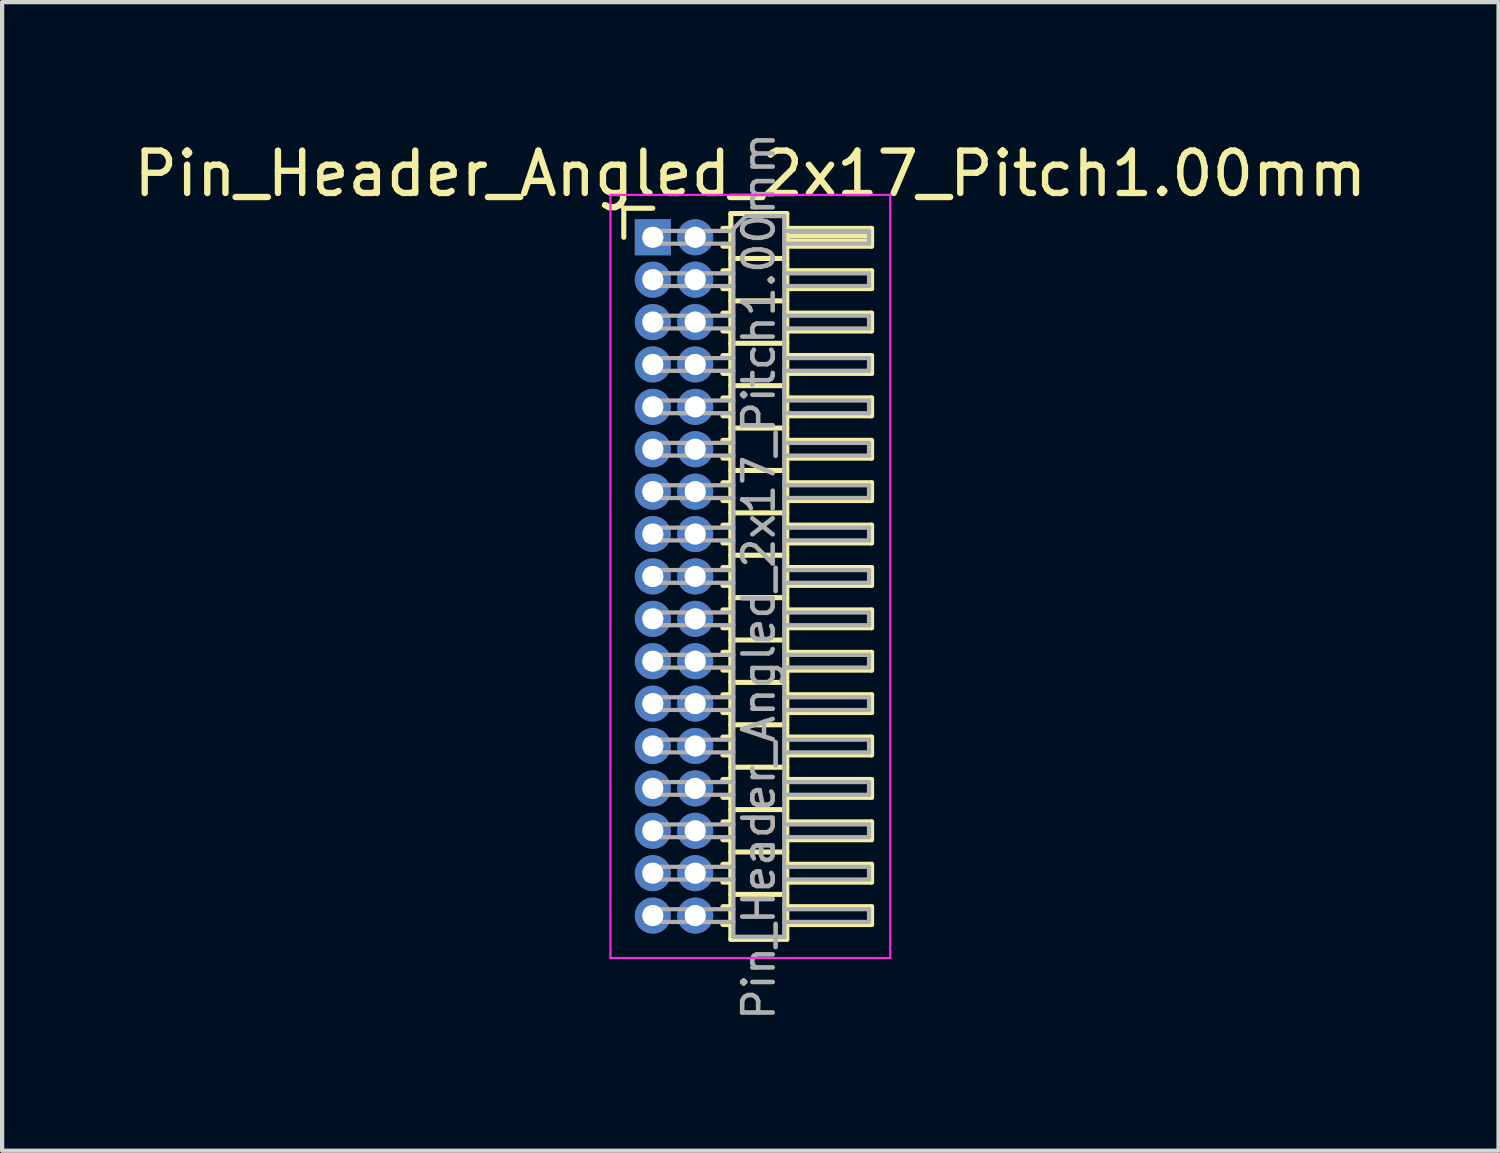
<source format=kicad_pcb>
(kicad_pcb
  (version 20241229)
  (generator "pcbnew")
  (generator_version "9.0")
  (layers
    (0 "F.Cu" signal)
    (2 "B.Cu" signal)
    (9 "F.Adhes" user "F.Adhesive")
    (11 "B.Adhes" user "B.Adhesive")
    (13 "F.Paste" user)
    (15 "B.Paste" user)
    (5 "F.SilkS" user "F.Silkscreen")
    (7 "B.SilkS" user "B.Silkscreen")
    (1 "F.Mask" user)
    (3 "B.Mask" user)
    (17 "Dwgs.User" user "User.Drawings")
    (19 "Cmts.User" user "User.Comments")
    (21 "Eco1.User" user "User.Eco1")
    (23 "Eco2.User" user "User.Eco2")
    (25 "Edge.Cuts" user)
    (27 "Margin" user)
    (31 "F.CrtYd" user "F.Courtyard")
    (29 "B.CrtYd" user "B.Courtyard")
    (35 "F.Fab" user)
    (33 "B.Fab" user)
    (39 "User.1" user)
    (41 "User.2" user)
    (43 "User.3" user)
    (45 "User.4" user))
  (footprint "Pin_Header_Angled_2x17_Pitch1.00mm"
    (layer "F.Cu")
    (at 12.349 2.547)
    (property "Reference" "Pin_Header_Angled_2x17_Pitch1.00mm" (at 2.3 -1.5 0) (layer "F.SilkS") (effects (font (size 1 1) (thickness 0.15))))
    (attr through_hole)
    (fp_line (start -0.685 -0.685) (end 0 -0.685) (stroke (width 0.12) (type solid)) (layer "F.SilkS"))
    (fp_line (start -0.685 0) (end -0.685 -0.685) (stroke (width 0.12) (type solid)) (layer "F.SilkS"))
    (fp_line (start 1.652 -0.21) (end 1.84 -0.21) (stroke (width 0.12) (type solid)) (layer "F.SilkS"))
    (fp_line (start 1.652 0.21) (end 1.84 0.21) (stroke (width 0.12) (type solid)) (layer "F.SilkS"))
    (fp_line (start 1.652 0.79) (end 1.84 0.79) (stroke (width 0.12) (type solid)) (layer "F.SilkS"))
    (fp_line (start 1.652 1.21) (end 1.84 1.21) (stroke (width 0.12) (type solid)) (layer "F.SilkS"))
    (fp_line (start 1.652 1.79) (end 1.84 1.79) (stroke (width 0.12) (type solid)) (layer "F.SilkS"))
    (fp_line (start 1.652 2.21) (end 1.84 2.21) (stroke (width 0.12) (type solid)) (layer "F.SilkS"))
    (fp_line (start 1.652 2.79) (end 1.84 2.79) (stroke (width 0.12) (type solid)) (layer "F.SilkS"))
    (fp_line (start 1.652 3.21) (end 1.84 3.21) (stroke (width 0.12) (type solid)) (layer "F.SilkS"))
    (fp_line (start 1.652 3.79) (end 1.84 3.79) (stroke (width 0.12) (type solid)) (layer "F.SilkS"))
    (fp_line (start 1.652 4.21) (end 1.84 4.21) (stroke (width 0.12) (type solid)) (layer "F.SilkS"))
    (fp_line (start 1.652 4.79) (end 1.84 4.79) (stroke (width 0.12) (type solid)) (layer "F.SilkS"))
    (fp_line (start 1.652 5.21) (end 1.84 5.21) (stroke (width 0.12) (type solid)) (layer "F.SilkS"))
    (fp_line (start 1.652 5.79) (end 1.84 5.79) (stroke (width 0.12) (type solid)) (layer "F.SilkS"))
    (fp_line (start 1.652 6.21) (end 1.84 6.21) (stroke (width 0.12) (type solid)) (layer "F.SilkS"))
    (fp_line (start 1.652 6.79) (end 1.84 6.79) (stroke (width 0.12) (type solid)) (layer "F.SilkS"))
    (fp_line (start 1.652 7.21) (end 1.84 7.21) (stroke (width 0.12) (type solid)) (layer "F.SilkS"))
    (fp_line (start 1.652 7.79) (end 1.84 7.79) (stroke (width 0.12) (type solid)) (layer "F.SilkS"))
    (fp_line (start 1.652 8.21) (end 1.84 8.21) (stroke (width 0.12) (type solid)) (layer "F.SilkS"))
    (fp_line (start 1.652 8.79) (end 1.84 8.79) (stroke (width 0.12) (type solid)) (layer "F.SilkS"))
    (fp_line (start 1.652 9.21) (end 1.84 9.21) (stroke (width 0.12) (type solid)) (layer "F.SilkS"))
    (fp_line (start 1.652 9.79) (end 1.84 9.79) (stroke (width 0.12) (type solid)) (layer "F.SilkS"))
    (fp_line (start 1.652 10.21) (end 1.84 10.21) (stroke (width 0.12) (type solid)) (layer "F.SilkS"))
    (fp_line (start 1.652 10.79) (end 1.84 10.79) (stroke (width 0.12) (type solid)) (layer "F.SilkS"))
    (fp_line (start 1.652 11.21) (end 1.84 11.21) (stroke (width 0.12) (type solid)) (layer "F.SilkS"))
    (fp_line (start 1.652 11.79) (end 1.84 11.79) (stroke (width 0.12) (type solid)) (layer "F.SilkS"))
    (fp_line (start 1.652 12.21) (end 1.84 12.21) (stroke (width 0.12) (type solid)) (layer "F.SilkS"))
    (fp_line (start 1.652 12.79) (end 1.84 12.79) (stroke (width 0.12) (type solid)) (layer "F.SilkS"))
    (fp_line (start 1.652 13.21) (end 1.84 13.21) (stroke (width 0.12) (type solid)) (layer "F.SilkS"))
    (fp_line (start 1.652 13.79) (end 1.84 13.79) (stroke (width 0.12) (type solid)) (layer "F.SilkS"))
    (fp_line (start 1.652 14.21) (end 1.84 14.21) (stroke (width 0.12) (type solid)) (layer "F.SilkS"))
    (fp_line (start 1.652 14.79) (end 1.84 14.79) (stroke (width 0.12) (type solid)) (layer "F.SilkS"))
    (fp_line (start 1.652 15.21) (end 1.84 15.21) (stroke (width 0.12) (type solid)) (layer "F.SilkS"))
    (fp_line (start 1.652 15.79) (end 1.84 15.79) (stroke (width 0.12) (type solid)) (layer "F.SilkS"))
    (fp_line (start 1.652 16.21) (end 1.84 16.21) (stroke (width 0.12) (type solid)) (layer "F.SilkS"))
    (fp_line (start 1.84 -0.56) (end 1.84 16.56) (stroke (width 0.12) (type solid)) (layer "F.SilkS"))
    (fp_line (start 1.84 0.5) (end 3.16 0.5) (stroke (width 0.12) (type solid)) (layer "F.SilkS"))
    (fp_line (start 1.84 1.5) (end 3.16 1.5) (stroke (width 0.12) (type solid)) (layer "F.SilkS"))
    (fp_line (start 1.84 2.5) (end 3.16 2.5) (stroke (width 0.12) (type solid)) (layer "F.SilkS"))
    (fp_line (start 1.84 3.5) (end 3.16 3.5) (stroke (width 0.12) (type solid)) (layer "F.SilkS"))
    (fp_line (start 1.84 4.5) (end 3.16 4.5) (stroke (width 0.12) (type solid)) (layer "F.SilkS"))
    (fp_line (start 1.84 5.5) (end 3.16 5.5) (stroke (width 0.12) (type solid)) (layer "F.SilkS"))
    (fp_line (start 1.84 6.5) (end 3.16 6.5) (stroke (width 0.12) (type solid)) (layer "F.SilkS"))
    (fp_line (start 1.84 7.5) (end 3.16 7.5) (stroke (width 0.12) (type solid)) (layer "F.SilkS"))
    (fp_line (start 1.84 8.5) (end 3.16 8.5) (stroke (width 0.12) (type solid)) (layer "F.SilkS"))
    (fp_line (start 1.84 9.5) (end 3.16 9.5) (stroke (width 0.12) (type solid)) (layer "F.SilkS"))
    (fp_line (start 1.84 10.5) (end 3.16 10.5) (stroke (width 0.12) (type solid)) (layer "F.SilkS"))
    (fp_line (start 1.84 11.5) (end 3.16 11.5) (stroke (width 0.12) (type solid)) (layer "F.SilkS"))
    (fp_line (start 1.84 12.5) (end 3.16 12.5) (stroke (width 0.12) (type solid)) (layer "F.SilkS"))
    (fp_line (start 1.84 13.5) (end 3.16 13.5) (stroke (width 0.12) (type solid)) (layer "F.SilkS"))
    (fp_line (start 1.84 14.5) (end 3.16 14.5) (stroke (width 0.12) (type solid)) (layer "F.SilkS"))
    (fp_line (start 1.84 15.5) (end 3.16 15.5) (stroke (width 0.12) (type solid)) (layer "F.SilkS"))
    (fp_line (start 1.84 16.56) (end 3.16 16.56) (stroke (width 0.12) (type solid)) (layer "F.SilkS"))
    (fp_line (start 3.16 -0.56) (end 1.84 -0.56) (stroke (width 0.12) (type solid)) (layer "F.SilkS"))
    (fp_line (start 3.16 -0.21) (end 5.16 -0.21) (stroke (width 0.12) (type solid)) (layer "F.SilkS"))
    (fp_line (start 3.16 -0.15) (end 5.16 -0.15) (stroke (width 0.12) (type solid)) (layer "F.SilkS"))
    (fp_line (start 3.16 -0.03) (end 5.16 -0.03) (stroke (width 0.12) (type solid)) (layer "F.SilkS"))
    (fp_line (start 3.16 0.09) (end 5.16 0.09) (stroke (width 0.12) (type solid)) (layer "F.SilkS"))
    (fp_line (start 3.16 0.79) (end 5.16 0.79) (stroke (width 0.12) (type solid)) (layer "F.SilkS"))
    (fp_line (start 3.16 1.79) (end 5.16 1.79) (stroke (width 0.12) (type solid)) (layer "F.SilkS"))
    (fp_line (start 3.16 2.79) (end 5.16 2.79) (stroke (width 0.12) (type solid)) (layer "F.SilkS"))
    (fp_line (start 3.16 3.79) (end 5.16 3.79) (stroke (width 0.12) (type solid)) (layer "F.SilkS"))
    (fp_line (start 3.16 4.79) (end 5.16 4.79) (stroke (width 0.12) (type solid)) (layer "F.SilkS"))
    (fp_line (start 3.16 5.79) (end 5.16 5.79) (stroke (width 0.12) (type solid)) (layer "F.SilkS"))
    (fp_line (start 3.16 6.79) (end 5.16 6.79) (stroke (width 0.12) (type solid)) (layer "F.SilkS"))
    (fp_line (start 3.16 7.79) (end 5.16 7.79) (stroke (width 0.12) (type solid)) (layer "F.SilkS"))
    (fp_line (start 3.16 8.79) (end 5.16 8.79) (stroke (width 0.12) (type solid)) (layer "F.SilkS"))
    (fp_line (start 3.16 9.79) (end 5.16 9.79) (stroke (width 0.12) (type solid)) (layer "F.SilkS"))
    (fp_line (start 3.16 10.79) (end 5.16 10.79) (stroke (width 0.12) (type solid)) (layer "F.SilkS"))
    (fp_line (start 3.16 11.79) (end 5.16 11.79) (stroke (width 0.12) (type solid)) (layer "F.SilkS"))
    (fp_line (start 3.16 12.79) (end 5.16 12.79) (stroke (width 0.12) (type solid)) (layer "F.SilkS"))
    (fp_line (start 3.16 13.79) (end 5.16 13.79) (stroke (width 0.12) (type solid)) (layer "F.SilkS"))
    (fp_line (start 3.16 14.79) (end 5.16 14.79) (stroke (width 0.12) (type solid)) (layer "F.SilkS"))
    (fp_line (start 3.16 15.79) (end 5.16 15.79) (stroke (width 0.12) (type solid)) (layer "F.SilkS"))
    (fp_line (start 3.16 16.56) (end 3.16 -0.56) (stroke (width 0.12) (type solid)) (layer "F.SilkS"))
    (fp_line (start 5.16 -0.21) (end 5.16 0.21) (stroke (width 0.12) (type solid)) (layer "F.SilkS"))
    (fp_line (start 5.16 0.21) (end 3.16 0.21) (stroke (width 0.12) (type solid)) (layer "F.SilkS"))
    (fp_line (start 5.16 0.79) (end 5.16 1.21) (stroke (width 0.12) (type solid)) (layer "F.SilkS"))
    (fp_line (start 5.16 1.21) (end 3.16 1.21) (stroke (width 0.12) (type solid)) (layer "F.SilkS"))
    (fp_line (start 5.16 1.79) (end 5.16 2.21) (stroke (width 0.12) (type solid)) (layer "F.SilkS"))
    (fp_line (start 5.16 2.21) (end 3.16 2.21) (stroke (width 0.12) (type solid)) (layer "F.SilkS"))
    (fp_line (start 5.16 2.79) (end 5.16 3.21) (stroke (width 0.12) (type solid)) (layer "F.SilkS"))
    (fp_line (start 5.16 3.21) (end 3.16 3.21) (stroke (width 0.12) (type solid)) (layer "F.SilkS"))
    (fp_line (start 5.16 3.79) (end 5.16 4.21) (stroke (width 0.12) (type solid)) (layer "F.SilkS"))
    (fp_line (start 5.16 4.21) (end 3.16 4.21) (stroke (width 0.12) (type solid)) (layer "F.SilkS"))
    (fp_line (start 5.16 4.79) (end 5.16 5.21) (stroke (width 0.12) (type solid)) (layer "F.SilkS"))
    (fp_line (start 5.16 5.21) (end 3.16 5.21) (stroke (width 0.12) (type solid)) (layer "F.SilkS"))
    (fp_line (start 5.16 5.79) (end 5.16 6.21) (stroke (width 0.12) (type solid)) (layer "F.SilkS"))
    (fp_line (start 5.16 6.21) (end 3.16 6.21) (stroke (width 0.12) (type solid)) (layer "F.SilkS"))
    (fp_line (start 5.16 6.79) (end 5.16 7.21) (stroke (width 0.12) (type solid)) (layer "F.SilkS"))
    (fp_line (start 5.16 7.21) (end 3.16 7.21) (stroke (width 0.12) (type solid)) (layer "F.SilkS"))
    (fp_line (start 5.16 7.79) (end 5.16 8.21) (stroke (width 0.12) (type solid)) (layer "F.SilkS"))
    (fp_line (start 5.16 8.21) (end 3.16 8.21) (stroke (width 0.12) (type solid)) (layer "F.SilkS"))
    (fp_line (start 5.16 8.79) (end 5.16 9.21) (stroke (width 0.12) (type solid)) (layer "F.SilkS"))
    (fp_line (start 5.16 9.21) (end 3.16 9.21) (stroke (width 0.12) (type solid)) (layer "F.SilkS"))
    (fp_line (start 5.16 9.79) (end 5.16 10.21) (stroke (width 0.12) (type solid)) (layer "F.SilkS"))
    (fp_line (start 5.16 10.21) (end 3.16 10.21) (stroke (width 0.12) (type solid)) (layer "F.SilkS"))
    (fp_line (start 5.16 10.79) (end 5.16 11.21) (stroke (width 0.12) (type solid)) (layer "F.SilkS"))
    (fp_line (start 5.16 11.21) (end 3.16 11.21) (stroke (width 0.12) (type solid)) (layer "F.SilkS"))
    (fp_line (start 5.16 11.79) (end 5.16 12.21) (stroke (width 0.12) (type solid)) (layer "F.SilkS"))
    (fp_line (start 5.16 12.21) (end 3.16 12.21) (stroke (width 0.12) (type solid)) (layer "F.SilkS"))
    (fp_line (start 5.16 12.79) (end 5.16 13.21) (stroke (width 0.12) (type solid)) (layer "F.SilkS"))
    (fp_line (start 5.16 13.21) (end 3.16 13.21) (stroke (width 0.12) (type solid)) (layer "F.SilkS"))
    (fp_line (start 5.16 13.79) (end 5.16 14.21) (stroke (width 0.12) (type solid)) (layer "F.SilkS"))
    (fp_line (start 5.16 14.21) (end 3.16 14.21) (stroke (width 0.12) (type solid)) (layer "F.SilkS"))
    (fp_line (start 5.16 14.79) (end 5.16 15.21) (stroke (width 0.12) (type solid)) (layer "F.SilkS"))
    (fp_line (start 5.16 15.21) (end 3.16 15.21) (stroke (width 0.12) (type solid)) (layer "F.SilkS"))
    (fp_line (start 5.16 15.79) (end 5.16 16.21) (stroke (width 0.12) (type solid)) (layer "F.SilkS"))
    (fp_line (start 5.16 16.21) (end 3.16 16.21) (stroke (width 0.12) (type solid)) (layer "F.SilkS"))
    (fp_line (start -1 -1) (end -1 17) (stroke (width 0.05) (type solid)) (layer "F.CrtYd"))
    (fp_line (start -1 17) (end 5.6 17) (stroke (width 0.05) (type solid)) (layer "F.CrtYd"))
    (fp_line (start 5.6 -1) (end -1 -1) (stroke (width 0.05) (type solid)) (layer "F.CrtYd"))
    (fp_line (start 5.6 17) (end 5.6 -1) (stroke (width 0.05) (type solid)) (layer "F.CrtYd"))
    (fp_line (start -0.15 -0.15) (end -0.15 0.15) (stroke (width 0.1) (type solid)) (layer "F.Fab"))
    (fp_line (start -0.15 -0.15) (end 1.9 -0.15) (stroke (width 0.1) (type solid)) (layer "F.Fab"))
    (fp_line (start -0.15 0.15) (end 1.9 0.15) (stroke (width 0.1) (type solid)) (layer "F.Fab"))
    (fp_line (start -0.15 0.85) (end -0.15 1.15) (stroke (width 0.1) (type solid)) (layer "F.Fab"))
    (fp_line (start -0.15 0.85) (end 1.9 0.85) (stroke (width 0.1) (type solid)) (layer "F.Fab"))
    (fp_line (start -0.15 1.15) (end 1.9 1.15) (stroke (width 0.1) (type solid)) (layer "F.Fab"))
    (fp_line (start -0.15 1.85) (end -0.15 2.15) (stroke (width 0.1) (type solid)) (layer "F.Fab"))
    (fp_line (start -0.15 1.85) (end 1.9 1.85) (stroke (width 0.1) (type solid)) (layer "F.Fab"))
    (fp_line (start -0.15 2.15) (end 1.9 2.15) (stroke (width 0.1) (type solid)) (layer "F.Fab"))
    (fp_line (start -0.15 2.85) (end -0.15 3.15) (stroke (width 0.1) (type solid)) (layer "F.Fab"))
    (fp_line (start -0.15 2.85) (end 1.9 2.85) (stroke (width 0.1) (type solid)) (layer "F.Fab"))
    (fp_line (start -0.15 3.15) (end 1.9 3.15) (stroke (width 0.1) (type solid)) (layer "F.Fab"))
    (fp_line (start -0.15 3.85) (end -0.15 4.15) (stroke (width 0.1) (type solid)) (layer "F.Fab"))
    (fp_line (start -0.15 3.85) (end 1.9 3.85) (stroke (width 0.1) (type solid)) (layer "F.Fab"))
    (fp_line (start -0.15 4.15) (end 1.9 4.15) (stroke (width 0.1) (type solid)) (layer "F.Fab"))
    (fp_line (start -0.15 4.85) (end -0.15 5.15) (stroke (width 0.1) (type solid)) (layer "F.Fab"))
    (fp_line (start -0.15 4.85) (end 1.9 4.85) (stroke (width 0.1) (type solid)) (layer "F.Fab"))
    (fp_line (start -0.15 5.15) (end 1.9 5.15) (stroke (width 0.1) (type solid)) (layer "F.Fab"))
    (fp_line (start -0.15 5.85) (end -0.15 6.15) (stroke (width 0.1) (type solid)) (layer "F.Fab"))
    (fp_line (start -0.15 5.85) (end 1.9 5.85) (stroke (width 0.1) (type solid)) (layer "F.Fab"))
    (fp_line (start -0.15 6.15) (end 1.9 6.15) (stroke (width 0.1) (type solid)) (layer "F.Fab"))
    (fp_line (start -0.15 6.85) (end -0.15 7.15) (stroke (width 0.1) (type solid)) (layer "F.Fab"))
    (fp_line (start -0.15 6.85) (end 1.9 6.85) (stroke (width 0.1) (type solid)) (layer "F.Fab"))
    (fp_line (start -0.15 7.15) (end 1.9 7.15) (stroke (width 0.1) (type solid)) (layer "F.Fab"))
    (fp_line (start -0.15 7.85) (end -0.15 8.15) (stroke (width 0.1) (type solid)) (layer "F.Fab"))
    (fp_line (start -0.15 7.85) (end 1.9 7.85) (stroke (width 0.1) (type solid)) (layer "F.Fab"))
    (fp_line (start -0.15 8.15) (end 1.9 8.15) (stroke (width 0.1) (type solid)) (layer "F.Fab"))
    (fp_line (start -0.15 8.85) (end -0.15 9.15) (stroke (width 0.1) (type solid)) (layer "F.Fab"))
    (fp_line (start -0.15 8.85) (end 1.9 8.85) (stroke (width 0.1) (type solid)) (layer "F.Fab"))
    (fp_line (start -0.15 9.15) (end 1.9 9.15) (stroke (width 0.1) (type solid)) (layer "F.Fab"))
    (fp_line (start -0.15 9.85) (end -0.15 10.15) (stroke (width 0.1) (type solid)) (layer "F.Fab"))
    (fp_line (start -0.15 9.85) (end 1.9 9.85) (stroke (width 0.1) (type solid)) (layer "F.Fab"))
    (fp_line (start -0.15 10.15) (end 1.9 10.15) (stroke (width 0.1) (type solid)) (layer "F.Fab"))
    (fp_line (start -0.15 10.85) (end -0.15 11.15) (stroke (width 0.1) (type solid)) (layer "F.Fab"))
    (fp_line (start -0.15 10.85) (end 1.9 10.85) (stroke (width 0.1) (type solid)) (layer "F.Fab"))
    (fp_line (start -0.15 11.15) (end 1.9 11.15) (stroke (width 0.1) (type solid)) (layer "F.Fab"))
    (fp_line (start -0.15 11.85) (end -0.15 12.15) (stroke (width 0.1) (type solid)) (layer "F.Fab"))
    (fp_line (start -0.15 11.85) (end 1.9 11.85) (stroke (width 0.1) (type solid)) (layer "F.Fab"))
    (fp_line (start -0.15 12.15) (end 1.9 12.15) (stroke (width 0.1) (type solid)) (layer "F.Fab"))
    (fp_line (start -0.15 12.85) (end -0.15 13.15) (stroke (width 0.1) (type solid)) (layer "F.Fab"))
    (fp_line (start -0.15 12.85) (end 1.9 12.85) (stroke (width 0.1) (type solid)) (layer "F.Fab"))
    (fp_line (start -0.15 13.15) (end 1.9 13.15) (stroke (width 0.1) (type solid)) (layer "F.Fab"))
    (fp_line (start -0.15 13.85) (end -0.15 14.15) (stroke (width 0.1) (type solid)) (layer "F.Fab"))
    (fp_line (start -0.15 13.85) (end 1.9 13.85) (stroke (width 0.1) (type solid)) (layer "F.Fab"))
    (fp_line (start -0.15 14.15) (end 1.9 14.15) (stroke (width 0.1) (type solid)) (layer "F.Fab"))
    (fp_line (start -0.15 14.85) (end -0.15 15.15) (stroke (width 0.1) (type solid)) (layer "F.Fab"))
    (fp_line (start -0.15 14.85) (end 1.9 14.85) (stroke (width 0.1) (type solid)) (layer "F.Fab"))
    (fp_line (start -0.15 15.15) (end 1.9 15.15) (stroke (width 0.1) (type solid)) (layer "F.Fab"))
    (fp_line (start -0.15 15.85) (end -0.15 16.15) (stroke (width 0.1) (type solid)) (layer "F.Fab"))
    (fp_line (start -0.15 15.85) (end 1.9 15.85) (stroke (width 0.1) (type solid)) (layer "F.Fab"))
    (fp_line (start -0.15 16.15) (end 1.9 16.15) (stroke (width 0.1) (type solid)) (layer "F.Fab"))
    (fp_line (start 1.9 -0.2) (end 2.2 -0.5) (stroke (width 0.1) (type solid)) (layer "F.Fab"))
    (fp_line (start 1.9 16.5) (end 1.9 -0.2) (stroke (width 0.1) (type solid)) (layer "F.Fab"))
    (fp_line (start 2.2 -0.5) (end 3.1 -0.5) (stroke (width 0.1) (type solid)) (layer "F.Fab"))
    (fp_line (start 3.1 -0.5) (end 3.1 16.5) (stroke (width 0.1) (type solid)) (layer "F.Fab"))
    (fp_line (start 3.1 -0.15) (end 5.1 -0.15) (stroke (width 0.1) (type solid)) (layer "F.Fab"))
    (fp_line (start 3.1 0.15) (end 5.1 0.15) (stroke (width 0.1) (type solid)) (layer "F.Fab"))
    (fp_line (start 3.1 0.85) (end 5.1 0.85) (stroke (width 0.1) (type solid)) (layer "F.Fab"))
    (fp_line (start 3.1 1.15) (end 5.1 1.15) (stroke (width 0.1) (type solid)) (layer "F.Fab"))
    (fp_line (start 3.1 1.85) (end 5.1 1.85) (stroke (width 0.1) (type solid)) (layer "F.Fab"))
    (fp_line (start 3.1 2.15) (end 5.1 2.15) (stroke (width 0.1) (type solid)) (layer "F.Fab"))
    (fp_line (start 3.1 2.85) (end 5.1 2.85) (stroke (width 0.1) (type solid)) (layer "F.Fab"))
    (fp_line (start 3.1 3.15) (end 5.1 3.15) (stroke (width 0.1) (type solid)) (layer "F.Fab"))
    (fp_line (start 3.1 3.85) (end 5.1 3.85) (stroke (width 0.1) (type solid)) (layer "F.Fab"))
    (fp_line (start 3.1 4.15) (end 5.1 4.15) (stroke (width 0.1) (type solid)) (layer "F.Fab"))
    (fp_line (start 3.1 4.85) (end 5.1 4.85) (stroke (width 0.1) (type solid)) (layer "F.Fab"))
    (fp_line (start 3.1 5.15) (end 5.1 5.15) (stroke (width 0.1) (type solid)) (layer "F.Fab"))
    (fp_line (start 3.1 5.85) (end 5.1 5.85) (stroke (width 0.1) (type solid)) (layer "F.Fab"))
    (fp_line (start 3.1 6.15) (end 5.1 6.15) (stroke (width 0.1) (type solid)) (layer "F.Fab"))
    (fp_line (start 3.1 6.85) (end 5.1 6.85) (stroke (width 0.1) (type solid)) (layer "F.Fab"))
    (fp_line (start 3.1 7.15) (end 5.1 7.15) (stroke (width 0.1) (type solid)) (layer "F.Fab"))
    (fp_line (start 3.1 7.85) (end 5.1 7.85) (stroke (width 0.1) (type solid)) (layer "F.Fab"))
    (fp_line (start 3.1 8.15) (end 5.1 8.15) (stroke (width 0.1) (type solid)) (layer "F.Fab"))
    (fp_line (start 3.1 8.85) (end 5.1 8.85) (stroke (width 0.1) (type solid)) (layer "F.Fab"))
    (fp_line (start 3.1 9.15) (end 5.1 9.15) (stroke (width 0.1) (type solid)) (layer "F.Fab"))
    (fp_line (start 3.1 9.85) (end 5.1 9.85) (stroke (width 0.1) (type solid)) (layer "F.Fab"))
    (fp_line (start 3.1 10.15) (end 5.1 10.15) (stroke (width 0.1) (type solid)) (layer "F.Fab"))
    (fp_line (start 3.1 10.85) (end 5.1 10.85) (stroke (width 0.1) (type solid)) (layer "F.Fab"))
    (fp_line (start 3.1 11.15) (end 5.1 11.15) (stroke (width 0.1) (type solid)) (layer "F.Fab"))
    (fp_line (start 3.1 11.85) (end 5.1 11.85) (stroke (width 0.1) (type solid)) (layer "F.Fab"))
    (fp_line (start 3.1 12.15) (end 5.1 12.15) (stroke (width 0.1) (type solid)) (layer "F.Fab"))
    (fp_line (start 3.1 12.85) (end 5.1 12.85) (stroke (width 0.1) (type solid)) (layer "F.Fab"))
    (fp_line (start 3.1 13.15) (end 5.1 13.15) (stroke (width 0.1) (type solid)) (layer "F.Fab"))
    (fp_line (start 3.1 13.85) (end 5.1 13.85) (stroke (width 0.1) (type solid)) (layer "F.Fab"))
    (fp_line (start 3.1 14.15) (end 5.1 14.15) (stroke (width 0.1) (type solid)) (layer "F.Fab"))
    (fp_line (start 3.1 14.85) (end 5.1 14.85) (stroke (width 0.1) (type solid)) (layer "F.Fab"))
    (fp_line (start 3.1 15.15) (end 5.1 15.15) (stroke (width 0.1) (type solid)) (layer "F.Fab"))
    (fp_line (start 3.1 15.85) (end 5.1 15.85) (stroke (width 0.1) (type solid)) (layer "F.Fab"))
    (fp_line (start 3.1 16.15) (end 5.1 16.15) (stroke (width 0.1) (type solid)) (layer "F.Fab"))
    (fp_line (start 3.1 16.5) (end 1.9 16.5) (stroke (width 0.1) (type solid)) (layer "F.Fab"))
    (fp_line (start 5.1 -0.15) (end 5.1 0.15) (stroke (width 0.1) (type solid)) (layer "F.Fab"))
    (fp_line (start 5.1 0.85) (end 5.1 1.15) (stroke (width 0.1) (type solid)) (layer "F.Fab"))
    (fp_line (start 5.1 1.85) (end 5.1 2.15) (stroke (width 0.1) (type solid)) (layer "F.Fab"))
    (fp_line (start 5.1 2.85) (end 5.1 3.15) (stroke (width 0.1) (type solid)) (layer "F.Fab"))
    (fp_line (start 5.1 3.85) (end 5.1 4.15) (stroke (width 0.1) (type solid)) (layer "F.Fab"))
    (fp_line (start 5.1 4.85) (end 5.1 5.15) (stroke (width 0.1) (type solid)) (layer "F.Fab"))
    (fp_line (start 5.1 5.85) (end 5.1 6.15) (stroke (width 0.1) (type solid)) (layer "F.Fab"))
    (fp_line (start 5.1 6.85) (end 5.1 7.15) (stroke (width 0.1) (type solid)) (layer "F.Fab"))
    (fp_line (start 5.1 7.85) (end 5.1 8.15) (stroke (width 0.1) (type solid)) (layer "F.Fab"))
    (fp_line (start 5.1 8.85) (end 5.1 9.15) (stroke (width 0.1) (type solid)) (layer "F.Fab"))
    (fp_line (start 5.1 9.85) (end 5.1 10.15) (stroke (width 0.1) (type solid)) (layer "F.Fab"))
    (fp_line (start 5.1 10.85) (end 5.1 11.15) (stroke (width 0.1) (type solid)) (layer "F.Fab"))
    (fp_line (start 5.1 11.85) (end 5.1 12.15) (stroke (width 0.1) (type solid)) (layer "F.Fab"))
    (fp_line (start 5.1 12.85) (end 5.1 13.15) (stroke (width 0.1) (type solid)) (layer "F.Fab"))
    (fp_line (start 5.1 13.85) (end 5.1 14.15) (stroke (width 0.1) (type solid)) (layer "F.Fab"))
    (fp_line (start 5.1 14.85) (end 5.1 15.15) (stroke (width 0.1) (type solid)) (layer "F.Fab"))
    (fp_line (start 5.1 15.85) (end 5.1 16.15) (stroke (width 0.1) (type solid)) (layer "F.Fab"))
    (fp_text user "${REFERENCE}" (at 2.5 8 90) (layer "F.Fab") (effects (font (size 0.72 0.72) (thickness 0.108))))
    (pad "1" thru_hole rect (at 0 0) (size 0.85 0.85) (drill 0.5) (layers "*.Cu" "*.Mask"))
    (pad "2" thru_hole oval (at 1 0) (size 0.85 0.85) (drill 0.5) (layers "*.Cu" "*.Mask"))
    (pad "3" thru_hole oval (at 0 1) (size 0.85 0.85) (drill 0.5) (layers "*.Cu" "*.Mask"))
    (pad "4" thru_hole oval (at 1 1) (size 0.85 0.85) (drill 0.5) (layers "*.Cu" "*.Mask"))
    (pad "5" thru_hole oval (at 0 2) (size 0.85 0.85) (drill 0.5) (layers "*.Cu" "*.Mask"))
    (pad "6" thru_hole oval (at 1 2) (size 0.85 0.85) (drill 0.5) (layers "*.Cu" "*.Mask"))
    (pad "7" thru_hole oval (at 0 3) (size 0.85 0.85) (drill 0.5) (layers "*.Cu" "*.Mask"))
    (pad "8" thru_hole oval (at 1 3) (size 0.85 0.85) (drill 0.5) (layers "*.Cu" "*.Mask"))
    (pad "9" thru_hole oval (at 0 4) (size 0.85 0.85) (drill 0.5) (layers "*.Cu" "*.Mask"))
    (pad "10" thru_hole oval (at 1 4) (size 0.85 0.85) (drill 0.5) (layers "*.Cu" "*.Mask"))
    (pad "11" thru_hole oval (at 0 5) (size 0.85 0.85) (drill 0.5) (layers "*.Cu" "*.Mask"))
    (pad "12" thru_hole oval (at 1 5) (size 0.85 0.85) (drill 0.5) (layers "*.Cu" "*.Mask"))
    (pad "13" thru_hole oval (at 0 6) (size 0.85 0.85) (drill 0.5) (layers "*.Cu" "*.Mask"))
    (pad "14" thru_hole oval (at 1 6) (size 0.85 0.85) (drill 0.5) (layers "*.Cu" "*.Mask"))
    (pad "15" thru_hole oval (at 0 7) (size 0.85 0.85) (drill 0.5) (layers "*.Cu" "*.Mask"))
    (pad "16" thru_hole oval (at 1 7) (size 0.85 0.85) (drill 0.5) (layers "*.Cu" "*.Mask"))
    (pad "17" thru_hole oval (at 0 8) (size 0.85 0.85) (drill 0.5) (layers "*.Cu" "*.Mask"))
    (pad "18" thru_hole oval (at 1 8) (size 0.85 0.85) (drill 0.5) (layers "*.Cu" "*.Mask"))
    (pad "19" thru_hole oval (at 0 9) (size 0.85 0.85) (drill 0.5) (layers "*.Cu" "*.Mask"))
    (pad "20" thru_hole oval (at 1 9) (size 0.85 0.85) (drill 0.5) (layers "*.Cu" "*.Mask"))
    (pad "21" thru_hole oval (at 0 10) (size 0.85 0.85) (drill 0.5) (layers "*.Cu" "*.Mask"))
    (pad "22" thru_hole oval (at 1 10) (size 0.85 0.85) (drill 0.5) (layers "*.Cu" "*.Mask"))
    (pad "23" thru_hole oval (at 0 11) (size 0.85 0.85) (drill 0.5) (layers "*.Cu" "*.Mask"))
    (pad "24" thru_hole oval (at 1 11) (size 0.85 0.85) (drill 0.5) (layers "*.Cu" "*.Mask"))
    (pad "25" thru_hole oval (at 0 12) (size 0.85 0.85) (drill 0.5) (layers "*.Cu" "*.Mask"))
    (pad "26" thru_hole oval (at 1 12) (size 0.85 0.85) (drill 0.5) (layers "*.Cu" "*.Mask"))
    (pad "27" thru_hole oval (at 0 13) (size 0.85 0.85) (drill 0.5) (layers "*.Cu" "*.Mask"))
    (pad "28" thru_hole oval (at 1 13) (size 0.85 0.85) (drill 0.5) (layers "*.Cu" "*.Mask"))
    (pad "29" thru_hole oval (at 0 14) (size 0.85 0.85) (drill 0.5) (layers "*.Cu" "*.Mask"))
    (pad "30" thru_hole oval (at 1 14) (size 0.85 0.85) (drill 0.5) (layers "*.Cu" "*.Mask"))
    (pad "31" thru_hole oval (at 0 15) (size 0.85 0.85) (drill 0.5) (layers "*.Cu" "*.Mask"))
    (pad "32" thru_hole oval (at 1 15) (size 0.85 0.85) (drill 0.5) (layers "*.Cu" "*.Mask"))
    (pad "33" thru_hole oval (at 0 16) (size 0.85 0.85) (drill 0.5) (layers "*.Cu" "*.Mask"))
    (pad "34" thru_hole oval (at 1 16) (size 0.85 0.85) (drill 0.5) (layers "*.Cu" "*.Mask")))
  (gr_rect
    (start -3 -3)
    (end 32.298 24.094)
    (stroke (width 0.1) (type default))
    (fill no)
    (layer "Edge.Cuts")))
</source>
